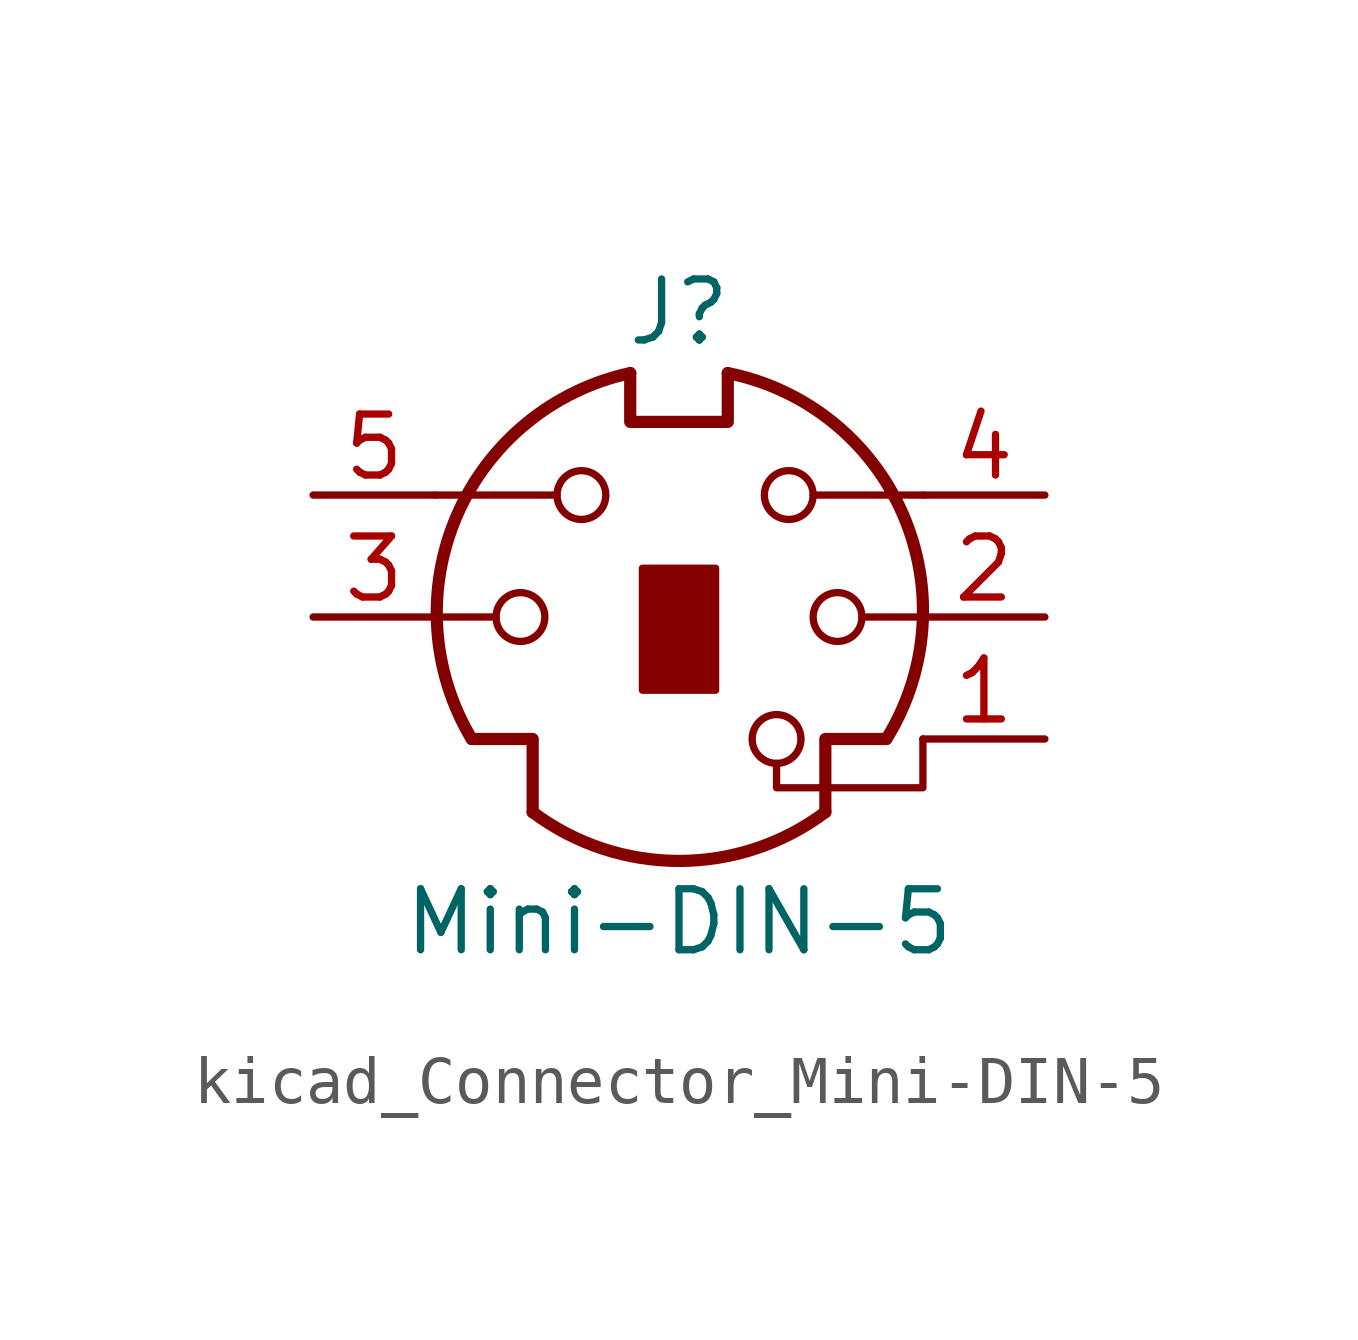
<source format=kicad_sym>
(kicad_symbol_lib
  (version 20220914)
  (generator kicad_symbol_editor)
  (symbol "kicad_Connector_Mini-DIN-5"
    (pin_names
      (offset 1.016))
    (property "Reference" "J"
      (at 0 6.35 0)
      (effects (font (size 1.27 1.27))))
    (property "Value" "Mini-DIN-5"
      (at 0 -6.35 0)
      (effects (font (size 1.27 1.27))))
    (symbol "kicad_Connector_Mini-DIN-5_0_1"
      (circle (center -3.302 0) (radius 0.508) (stroke (width 0) (type default)) (fill (type none)))
      (arc (start -3.048 -4.064) (mid 0 -5.08) (end 3.048 -4.064) (stroke (width 0.254) (type default)) (fill (type none)))
      (circle (center -2.032 2.54) (radius 0.508) (stroke (width 0) (type default)) (fill (type none)))
      (arc (start -1.016 5.08) (mid -4.6228 2.1214) (end -4.318 -2.54) (stroke (width 0.254) (type default)) (fill (type none)))
      (rectangle (start -0.762 1.016) (end 0.762 -1.524) (stroke (width 0) (type default)) (fill (type outline)))
      (polyline (pts (xy -3.81 0) (xy -5.08 0)) (stroke (width 0) (type default)) (fill (type none)))
      (polyline (pts (xy -2.54 2.54) (xy -5.08 2.54)) (stroke (width 0) (type default)) (fill (type none)))
      (polyline (pts (xy 2.794 2.54) (xy 5.08 2.54)) (stroke (width 0) (type default)) (fill (type none)))
      (polyline (pts (xy 5.08 0) (xy 3.81 0)) (stroke (width 0) (type default)) (fill (type none)))
      (polyline (pts (xy -4.318 -2.54) (xy -3.048 -2.54) (xy -3.048 -4.064)) (stroke (width 0.254) (type default)) (fill (type none)))
      (polyline (pts (xy 4.318 -2.54) (xy 3.048 -2.54) (xy 3.048 -4.064)) (stroke (width 0.254) (type default)) (fill (type none)))
      (polyline (pts (xy -1.016 5.08) (xy -1.016 4.064) (xy 1.016 4.064) (xy 1.016 5.08)) (stroke (width 0.254) (type default)) (fill (type none)))
      (polyline (pts (xy 2.032 -3.048) (xy 2.032 -3.556) (xy 5.08 -3.556) (xy 5.08 -2.54)) (stroke (width 0) (type default)) (fill (type none)))
      (circle (center 2.032 -2.54) (radius 0.508) (stroke (width 0) (type default)) (fill (type none)))
      (circle (center 2.286 2.54) (radius 0.508) (stroke (width 0) (type default)) (fill (type none)))
      (circle (center 3.302 0) (radius 0.508) (stroke (width 0) (type default)) (fill (type none)))
      (arc (start 4.318 -2.54) (mid 4.6661 2.1322) (end 1.016 5.08) (stroke (width 0.254) (type default)) (fill (type none))))
    (symbol "kicad_Connector_Mini-DIN-5_1_1"
      (pin passive line (at 7.62 -2.54 180) (length 2.54) (name "~" (effects (font (size 1.27 1.27)))) (number "1" (effects (font (size 1.27 1.27)))))
      (pin passive line (at 7.62 0 180) (length 2.54) (name "~" (effects (font (size 1.27 1.27)))) (number "2" (effects (font (size 1.27 1.27)))))
      (pin passive line (at -7.62 0 0) (length 2.54) (name "~" (effects (font (size 1.27 1.27)))) (number "3" (effects (font (size 1.27 1.27)))))
      (pin passive line (at 7.62 2.54 180) (length 2.54) (name "~" (effects (font (size 1.27 1.27)))) (number "4" (effects (font (size 1.27 1.27)))))
      (pin passive line (at -7.62 2.54 0) (length 2.54) (name "~" (effects (font (size 1.27 1.27)))) (number "5" (effects (font (size 1.27 1.27))))))))
</source>
